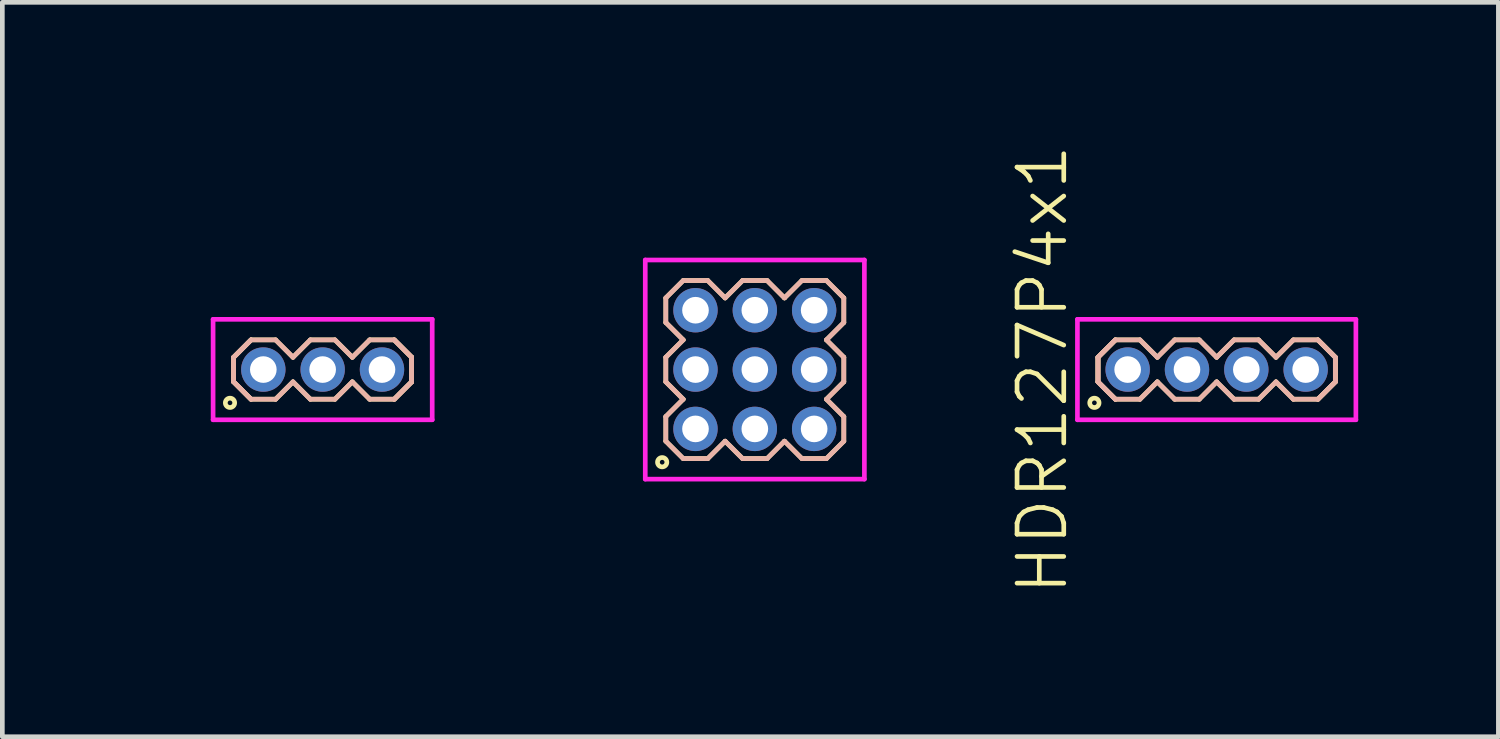
<source format=kicad_pcb>
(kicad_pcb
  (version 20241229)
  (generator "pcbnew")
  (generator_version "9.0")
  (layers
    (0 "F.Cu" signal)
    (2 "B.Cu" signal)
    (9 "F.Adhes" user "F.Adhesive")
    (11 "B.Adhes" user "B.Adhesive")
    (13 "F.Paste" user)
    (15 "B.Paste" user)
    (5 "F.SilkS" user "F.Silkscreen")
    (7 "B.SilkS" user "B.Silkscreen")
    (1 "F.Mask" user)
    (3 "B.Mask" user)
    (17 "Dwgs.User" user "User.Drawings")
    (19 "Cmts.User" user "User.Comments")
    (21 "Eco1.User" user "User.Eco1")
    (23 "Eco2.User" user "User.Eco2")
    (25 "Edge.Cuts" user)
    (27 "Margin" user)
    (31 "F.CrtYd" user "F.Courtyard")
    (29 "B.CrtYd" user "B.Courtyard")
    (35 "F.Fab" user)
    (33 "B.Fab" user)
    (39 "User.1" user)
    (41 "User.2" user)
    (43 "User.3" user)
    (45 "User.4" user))
  (footprint "HDR127P4x1"
    (layer "F.Cu")
    (at 22.991 4.86)
    (property "Reference" "HDR127P4x1" (at -3.73 0 90) (layer "F.SilkS") (effects (font (size 1 1) (thickness 0.1))))
    (attr through_hole)
    (fp_line (start -2.54 -0.263) (end -2.168 -0.635) (stroke (width 0.1) (type solid)) (layer "F.SilkS"))
    (fp_line (start -2.54 -0.263) (end -2.168 -0.635) (stroke (width 0.1) (type solid)) (layer "F.SilkS"))
    (fp_line (start -2.54 0.263) (end -2.54 -0.263) (stroke (width 0.1) (type solid)) (layer "F.SilkS"))
    (fp_line (start -2.54 0.263) (end -2.54 -0.263) (stroke (width 0.1) (type solid)) (layer "F.SilkS"))
    (fp_line (start -2.168 -0.635) (end -1.642 -0.635) (stroke (width 0.1) (type solid)) (layer "F.SilkS"))
    (fp_line (start -2.168 0.635) (end -2.54 0.263) (stroke (width 0.1) (type solid)) (layer "F.SilkS"))
    (fp_line (start -2.168 0.635) (end -2.54 0.263) (stroke (width 0.1) (type solid)) (layer "F.SilkS"))
    (fp_line (start -1.642 -0.635) (end -1.27 -0.263) (stroke (width 0.1) (type solid)) (layer "F.SilkS"))
    (fp_line (start -1.642 0.635) (end -2.168 0.635) (stroke (width 0.1) (type solid)) (layer "F.SilkS"))
    (fp_line (start -1.27 -0.263) (end -0.898 -0.635) (stroke (width 0.1) (type solid)) (layer "F.SilkS"))
    (fp_line (start -1.27 0.263) (end -1.642 0.635) (stroke (width 0.1) (type solid)) (layer "F.SilkS"))
    (fp_line (start -0.898 -0.635) (end -0.372 -0.635) (stroke (width 0.1) (type solid)) (layer "F.SilkS"))
    (fp_line (start -0.898 0.635) (end -1.27 0.263) (stroke (width 0.1) (type solid)) (layer "F.SilkS"))
    (fp_line (start -0.372 -0.635) (end 0 -0.263) (stroke (width 0.1) (type solid)) (layer "F.SilkS"))
    (fp_line (start -0.372 0.635) (end -0.898 0.635) (stroke (width 0.1) (type solid)) (layer "F.SilkS"))
    (fp_line (start 0 -0.263) (end 0.372 -0.635) (stroke (width 0.1) (type solid)) (layer "F.SilkS"))
    (fp_line (start 0 0.263) (end -0.372 0.635) (stroke (width 0.1) (type solid)) (layer "F.SilkS"))
    (fp_line (start 0.372 -0.635) (end 0.898 -0.635) (stroke (width 0.1) (type solid)) (layer "F.SilkS"))
    (fp_line (start 0.372 0.635) (end 0 0.263) (stroke (width 0.1) (type solid)) (layer "F.SilkS"))
    (fp_line (start 0.898 -0.635) (end 1.27 -0.263) (stroke (width 0.1) (type solid)) (layer "F.SilkS"))
    (fp_line (start 0.898 0.635) (end 0.372 0.635) (stroke (width 0.1) (type solid)) (layer "F.SilkS"))
    (fp_line (start 1.27 -0.263) (end 1.642 -0.635) (stroke (width 0.1) (type solid)) (layer "F.SilkS"))
    (fp_line (start 1.27 0.263) (end 0.898 0.635) (stroke (width 0.1) (type solid)) (layer "F.SilkS"))
    (fp_line (start 1.642 -0.635) (end 2.168 -0.635) (stroke (width 0.1) (type solid)) (layer "F.SilkS"))
    (fp_line (start 1.642 0.635) (end 1.27 0.263) (stroke (width 0.1) (type solid)) (layer "F.SilkS"))
    (fp_line (start 2.168 -0.635) (end 2.54 -0.263) (stroke (width 0.1) (type solid)) (layer "F.SilkS"))
    (fp_line (start 2.168 -0.635) (end 2.54 -0.263) (stroke (width 0.1) (type solid)) (layer "F.SilkS"))
    (fp_line (start 2.168 0.635) (end 1.642 0.635) (stroke (width 0.1) (type solid)) (layer "F.SilkS"))
    (fp_line (start 2.54 -0.263) (end 2.54 0.263) (stroke (width 0.1) (type solid)) (layer "F.SilkS"))
    (fp_line (start 2.54 -0.263) (end 2.54 0.263) (stroke (width 0.1) (type solid)) (layer "F.SilkS"))
    (fp_line (start 2.54 0.263) (end 2.168 0.635) (stroke (width 0.1) (type solid)) (layer "F.SilkS"))
    (fp_line (start 2.54 0.263) (end 2.168 0.635) (stroke (width 0.1) (type solid)) (layer "F.SilkS"))
    (fp_circle (center -2.617 0.712) (end -2.517 0.712) (stroke (width 0.1) (type solid)) (fill no) (layer "F.SilkS"))
    (fp_line (start -2.54 -0.263) (end -2.168 -0.635) (stroke (width 0.1) (type solid)) (layer "B.SilkS"))
    (fp_line (start -2.54 -0.263) (end -2.168 -0.635) (stroke (width 0.1) (type solid)) (layer "B.SilkS"))
    (fp_line (start -2.54 0.263) (end -2.54 -0.263) (stroke (width 0.1) (type solid)) (layer "B.SilkS"))
    (fp_line (start -2.54 0.263) (end -2.54 -0.263) (stroke (width 0.1) (type solid)) (layer "B.SilkS"))
    (fp_line (start -2.168 -0.635) (end -1.642 -0.635) (stroke (width 0.1) (type solid)) (layer "B.SilkS"))
    (fp_line (start -2.168 0.635) (end -2.54 0.263) (stroke (width 0.1) (type solid)) (layer "B.SilkS"))
    (fp_line (start -2.168 0.635) (end -2.54 0.263) (stroke (width 0.1) (type solid)) (layer "B.SilkS"))
    (fp_line (start -1.642 -0.635) (end -1.27 -0.263) (stroke (width 0.1) (type solid)) (layer "B.SilkS"))
    (fp_line (start -1.642 0.635) (end -2.168 0.635) (stroke (width 0.1) (type solid)) (layer "B.SilkS"))
    (fp_line (start -1.27 -0.263) (end -0.898 -0.635) (stroke (width 0.1) (type solid)) (layer "B.SilkS"))
    (fp_line (start -1.27 0.263) (end -1.642 0.635) (stroke (width 0.1) (type solid)) (layer "B.SilkS"))
    (fp_line (start -0.898 -0.635) (end -0.372 -0.635) (stroke (width 0.1) (type solid)) (layer "B.SilkS"))
    (fp_line (start -0.898 0.635) (end -1.27 0.263) (stroke (width 0.1) (type solid)) (layer "B.SilkS"))
    (fp_line (start -0.372 -0.635) (end 0 -0.263) (stroke (width 0.1) (type solid)) (layer "B.SilkS"))
    (fp_line (start -0.372 0.635) (end -0.898 0.635) (stroke (width 0.1) (type solid)) (layer "B.SilkS"))
    (fp_line (start 0 -0.263) (end 0.372 -0.635) (stroke (width 0.1) (type solid)) (layer "B.SilkS"))
    (fp_line (start 0 0.263) (end -0.372 0.635) (stroke (width 0.1) (type solid)) (layer "B.SilkS"))
    (fp_line (start 0.372 -0.635) (end 0.898 -0.635) (stroke (width 0.1) (type solid)) (layer "B.SilkS"))
    (fp_line (start 0.372 0.635) (end 0 0.263) (stroke (width 0.1) (type solid)) (layer "B.SilkS"))
    (fp_line (start 0.898 -0.635) (end 1.27 -0.263) (stroke (width 0.1) (type solid)) (layer "B.SilkS"))
    (fp_line (start 0.898 0.635) (end 0.372 0.635) (stroke (width 0.1) (type solid)) (layer "B.SilkS"))
    (fp_line (start 1.27 -0.263) (end 1.642 -0.635) (stroke (width 0.1) (type solid)) (layer "B.SilkS"))
    (fp_line (start 1.27 0.263) (end 0.898 0.635) (stroke (width 0.1) (type solid)) (layer "B.SilkS"))
    (fp_line (start 1.642 -0.635) (end 2.168 -0.635) (stroke (width 0.1) (type solid)) (layer "B.SilkS"))
    (fp_line (start 1.642 0.635) (end 1.27 0.263) (stroke (width 0.1) (type solid)) (layer "B.SilkS"))
    (fp_line (start 2.168 -0.635) (end 2.54 -0.263) (stroke (width 0.1) (type solid)) (layer "B.SilkS"))
    (fp_line (start 2.168 -0.635) (end 2.54 -0.263) (stroke (width 0.1) (type solid)) (layer "B.SilkS"))
    (fp_line (start 2.168 0.635) (end 1.642 0.635) (stroke (width 0.1) (type solid)) (layer "B.SilkS"))
    (fp_line (start 2.54 -0.263) (end 2.54 0.263) (stroke (width 0.1) (type solid)) (layer "B.SilkS"))
    (fp_line (start 2.54 -0.263) (end 2.54 0.263) (stroke (width 0.1) (type solid)) (layer "B.SilkS"))
    (fp_line (start 2.54 0.263) (end 2.168 0.635) (stroke (width 0.1) (type solid)) (layer "B.SilkS"))
    (fp_line (start 2.54 0.263) (end 2.168 0.635) (stroke (width 0.1) (type solid)) (layer "B.SilkS"))
    (fp_line (start -2.98 -1.075) (end -2.98 1.075) (stroke (width 0.1) (type solid)) (layer "F.CrtYd"))
    (fp_line (start -2.98 1.075) (end 2.98 1.075) (stroke (width 0.1) (type solid)) (layer "F.CrtYd"))
    (fp_line (start 2.98 -1.075) (end -2.98 -1.075) (stroke (width 0.1) (type solid)) (layer "F.CrtYd"))
    (fp_line (start 2.98 1.075) (end 2.98 -1.075) (stroke (width 0.1) (type solid)) (layer "F.CrtYd"))
    (pad "1" thru_hole oval (at -1.905 0) (size 0.95 0.95) (drill 0.57) (layers "*.Cu" "*.Mask"))
    (pad "2" thru_hole oval (at -0.635 0) (size 0.95 0.95) (drill 0.57) (layers "*.Cu" "*.Mask"))
    (pad "3" thru_hole oval (at 0.635 0) (size 0.95 0.95) (drill 0.57) (layers "*.Cu" "*.Mask"))
    (pad "4" thru_hole oval (at 1.905 0) (size 0.95 0.95) (drill 0.57) (layers "*.Cu" "*.Mask")))
  (footprint "HDR127P3x3"
    (layer "F.Cu")
    (at 13.106 4.86)
    (property "Reference" "HDR127P3x3" (at -3.095 0 90) (layer "User.1") (effects (font (size 1 1) (thickness 0.1))))
    (attr through_hole)
    (fp_line (start -1.905 -1.533) (end -1.533 -1.905) (stroke (width 0.1) (type solid)) (layer "F.SilkS"))
    (fp_line (start -1.905 -1.007) (end -1.905 -1.533) (stroke (width 0.1) (type solid)) (layer "F.SilkS"))
    (fp_line (start -1.905 -0.263) (end -1.533 -0.635) (stroke (width 0.1) (type solid)) (layer "F.SilkS"))
    (fp_line (start -1.905 0.263) (end -1.905 -0.263) (stroke (width 0.1) (type solid)) (layer "F.SilkS"))
    (fp_line (start -1.905 1.007) (end -1.533 0.635) (stroke (width 0.1) (type solid)) (layer "F.SilkS"))
    (fp_line (start -1.905 1.533) (end -1.905 1.007) (stroke (width 0.1) (type solid)) (layer "F.SilkS"))
    (fp_line (start -1.533 -1.905) (end -1.007 -1.905) (stroke (width 0.1) (type solid)) (layer "F.SilkS"))
    (fp_line (start -1.533 -0.635) (end -1.905 -1.007) (stroke (width 0.1) (type solid)) (layer "F.SilkS"))
    (fp_line (start -1.533 0.635) (end -1.905 0.263) (stroke (width 0.1) (type solid)) (layer "F.SilkS"))
    (fp_line (start -1.533 1.905) (end -1.905 1.533) (stroke (width 0.1) (type solid)) (layer "F.SilkS"))
    (fp_line (start -1.007 -1.905) (end -0.635 -1.533) (stroke (width 0.1) (type solid)) (layer "F.SilkS"))
    (fp_line (start -1.007 1.905) (end -1.533 1.905) (stroke (width 0.1) (type solid)) (layer "F.SilkS"))
    (fp_line (start -0.635 -1.533) (end -0.263 -1.905) (stroke (width 0.1) (type solid)) (layer "F.SilkS"))
    (fp_line (start -0.635 1.533) (end -1.007 1.905) (stroke (width 0.1) (type solid)) (layer "F.SilkS"))
    (fp_line (start -0.263 -1.905) (end 0.263 -1.905) (stroke (width 0.1) (type solid)) (layer "F.SilkS"))
    (fp_line (start -0.263 1.905) (end -0.635 1.533) (stroke (width 0.1) (type solid)) (layer "F.SilkS"))
    (fp_line (start 0.263 -1.905) (end 0.635 -1.533) (stroke (width 0.1) (type solid)) (layer "F.SilkS"))
    (fp_line (start 0.263 1.905) (end -0.263 1.905) (stroke (width 0.1) (type solid)) (layer "F.SilkS"))
    (fp_line (start 0.635 -1.533) (end 1.007 -1.905) (stroke (width 0.1) (type solid)) (layer "F.SilkS"))
    (fp_line (start 0.635 1.533) (end 0.263 1.905) (stroke (width 0.1) (type solid)) (layer "F.SilkS"))
    (fp_line (start 1.007 -1.905) (end 1.533 -1.905) (stroke (width 0.1) (type solid)) (layer "F.SilkS"))
    (fp_line (start 1.007 1.905) (end 0.635 1.533) (stroke (width 0.1) (type solid)) (layer "F.SilkS"))
    (fp_line (start 1.533 -1.905) (end 1.905 -1.533) (stroke (width 0.1) (type solid)) (layer "F.SilkS"))
    (fp_line (start 1.533 -0.635) (end 1.905 -0.263) (stroke (width 0.1) (type solid)) (layer "F.SilkS"))
    (fp_line (start 1.533 0.635) (end 1.905 1.007) (stroke (width 0.1) (type solid)) (layer "F.SilkS"))
    (fp_line (start 1.533 1.905) (end 1.007 1.905) (stroke (width 0.1) (type solid)) (layer "F.SilkS"))
    (fp_line (start 1.905 -1.533) (end 1.905 -1.007) (stroke (width 0.1) (type solid)) (layer "F.SilkS"))
    (fp_line (start 1.905 -1.007) (end 1.533 -0.635) (stroke (width 0.1) (type solid)) (layer "F.SilkS"))
    (fp_line (start 1.905 -0.263) (end 1.905 0.263) (stroke (width 0.1) (type solid)) (layer "F.SilkS"))
    (fp_line (start 1.905 0.263) (end 1.533 0.635) (stroke (width 0.1) (type solid)) (layer "F.SilkS"))
    (fp_line (start 1.905 1.007) (end 1.905 1.533) (stroke (width 0.1) (type solid)) (layer "F.SilkS"))
    (fp_line (start 1.905 1.533) (end 1.533 1.905) (stroke (width 0.1) (type solid)) (layer "F.SilkS"))
    (fp_circle (center -1.983 1.983) (end -1.883 1.983) (stroke (width 0.1) (type solid)) (fill no) (layer "F.SilkS"))
    (fp_line (start -1.905 -1.533) (end -1.533 -1.905) (stroke (width 0.1) (type solid)) (layer "B.SilkS"))
    (fp_line (start -1.905 -1.007) (end -1.905 -1.533) (stroke (width 0.1) (type solid)) (layer "B.SilkS"))
    (fp_line (start -1.905 -0.263) (end -1.533 -0.635) (stroke (width 0.1) (type solid)) (layer "B.SilkS"))
    (fp_line (start -1.905 0.263) (end -1.905 -0.263) (stroke (width 0.1) (type solid)) (layer "B.SilkS"))
    (fp_line (start -1.905 1.007) (end -1.533 0.635) (stroke (width 0.1) (type solid)) (layer "B.SilkS"))
    (fp_line (start -1.905 1.533) (end -1.905 1.007) (stroke (width 0.1) (type solid)) (layer "B.SilkS"))
    (fp_line (start -1.533 -1.905) (end -1.007 -1.905) (stroke (width 0.1) (type solid)) (layer "B.SilkS"))
    (fp_line (start -1.533 -0.635) (end -1.905 -1.007) (stroke (width 0.1) (type solid)) (layer "B.SilkS"))
    (fp_line (start -1.533 0.635) (end -1.905 0.263) (stroke (width 0.1) (type solid)) (layer "B.SilkS"))
    (fp_line (start -1.533 1.905) (end -1.905 1.533) (stroke (width 0.1) (type solid)) (layer "B.SilkS"))
    (fp_line (start -1.007 -1.905) (end -0.635 -1.533) (stroke (width 0.1) (type solid)) (layer "B.SilkS"))
    (fp_line (start -1.007 1.905) (end -1.533 1.905) (stroke (width 0.1) (type solid)) (layer "B.SilkS"))
    (fp_line (start -0.635 -1.533) (end -0.263 -1.905) (stroke (width 0.1) (type solid)) (layer "B.SilkS"))
    (fp_line (start -0.635 1.533) (end -1.007 1.905) (stroke (width 0.1) (type solid)) (layer "B.SilkS"))
    (fp_line (start -0.263 -1.905) (end 0.263 -1.905) (stroke (width 0.1) (type solid)) (layer "B.SilkS"))
    (fp_line (start -0.263 1.905) (end -0.635 1.533) (stroke (width 0.1) (type solid)) (layer "B.SilkS"))
    (fp_line (start 0.263 -1.905) (end 0.635 -1.533) (stroke (width 0.1) (type solid)) (layer "B.SilkS"))
    (fp_line (start 0.263 1.905) (end -0.263 1.905) (stroke (width 0.1) (type solid)) (layer "B.SilkS"))
    (fp_line (start 0.635 -1.533) (end 1.007 -1.905) (stroke (width 0.1) (type solid)) (layer "B.SilkS"))
    (fp_line (start 0.635 1.533) (end 0.263 1.905) (stroke (width 0.1) (type solid)) (layer "B.SilkS"))
    (fp_line (start 1.007 -1.905) (end 1.533 -1.905) (stroke (width 0.1) (type solid)) (layer "B.SilkS"))
    (fp_line (start 1.007 1.905) (end 0.635 1.533) (stroke (width 0.1) (type solid)) (layer "B.SilkS"))
    (fp_line (start 1.533 -1.905) (end 1.905 -1.533) (stroke (width 0.1) (type solid)) (layer "B.SilkS"))
    (fp_line (start 1.533 -0.635) (end 1.905 -0.263) (stroke (width 0.1) (type solid)) (layer "B.SilkS"))
    (fp_line (start 1.533 0.635) (end 1.905 1.007) (stroke (width 0.1) (type solid)) (layer "B.SilkS"))
    (fp_line (start 1.533 1.905) (end 1.007 1.905) (stroke (width 0.1) (type solid)) (layer "B.SilkS"))
    (fp_line (start 1.905 -1.533) (end 1.905 -1.007) (stroke (width 0.1) (type solid)) (layer "B.SilkS"))
    (fp_line (start 1.905 -1.007) (end 1.533 -0.635) (stroke (width 0.1) (type solid)) (layer "B.SilkS"))
    (fp_line (start 1.905 -0.263) (end 1.905 0.263) (stroke (width 0.1) (type solid)) (layer "B.SilkS"))
    (fp_line (start 1.905 0.263) (end 1.533 0.635) (stroke (width 0.1) (type solid)) (layer "B.SilkS"))
    (fp_line (start 1.905 1.007) (end 1.905 1.533) (stroke (width 0.1) (type solid)) (layer "B.SilkS"))
    (fp_line (start 1.905 1.533) (end 1.533 1.905) (stroke (width 0.1) (type solid)) (layer "B.SilkS"))
    (fp_line (start -2.345 -2.345) (end -2.345 2.345) (stroke (width 0.1) (type solid)) (layer "F.CrtYd"))
    (fp_line (start -2.345 2.345) (end 2.345 2.345) (stroke (width 0.1) (type solid)) (layer "F.CrtYd"))
    (fp_line (start 2.345 -2.345) (end -2.345 -2.345) (stroke (width 0.1) (type solid)) (layer "F.CrtYd"))
    (fp_line (start 2.345 2.345) (end 2.345 -2.345) (stroke (width 0.1) (type solid)) (layer "F.CrtYd"))
    (pad "1" thru_hole oval (at -1.27 1.27) (size 0.95 0.95) (drill 0.57) (layers "*.Cu" "*.Mask"))
    (pad "2" thru_hole oval (at -1.27 0) (size 0.95 0.95) (drill 0.57) (layers "*.Cu" "*.Mask"))
    (pad "3" thru_hole oval (at -1.27 -1.27) (size 0.95 0.95) (drill 0.57) (layers "*.Cu" "*.Mask"))
    (pad "4" thru_hole oval (at 0 1.27) (size 0.95 0.95) (drill 0.57) (layers "*.Cu" "*.Mask"))
    (pad "5" thru_hole oval (at 0 0) (size 0.95 0.95) (drill 0.57) (layers "*.Cu" "*.Mask"))
    (pad "6" thru_hole oval (at 0 -1.27) (size 0.95 0.95) (drill 0.57) (layers "*.Cu" "*.Mask"))
    (pad "7" thru_hole oval (at 1.27 1.27) (size 0.95 0.95) (drill 0.57) (layers "*.Cu" "*.Mask"))
    (pad "8" thru_hole oval (at 1.27 0) (size 0.95 0.95) (drill 0.57) (layers "*.Cu" "*.Mask"))
    (pad "9" thru_hole oval (at 1.27 -1.27) (size 0.95 0.95) (drill 0.57) (layers "*.Cu" "*.Mask")))
  (footprint "HDR127P3x1"
    (layer "F.Cu")
    (at 3.856 4.86)
    (property "Reference" "HDR127P3x1" (at -3.095 0 90) (layer "User.1") (effects (font (size 1 1) (thickness 0.1))))
    (attr through_hole)
    (fp_line (start -1.905 -0.263) (end -1.533 -0.635) (stroke (width 0.1) (type solid)) (layer "F.SilkS"))
    (fp_line (start -1.905 -0.263) (end -1.533 -0.635) (stroke (width 0.1) (type solid)) (layer "F.SilkS"))
    (fp_line (start -1.905 0.263) (end -1.905 -0.263) (stroke (width 0.1) (type solid)) (layer "F.SilkS"))
    (fp_line (start -1.905 0.263) (end -1.905 -0.263) (stroke (width 0.1) (type solid)) (layer "F.SilkS"))
    (fp_line (start -1.533 -0.635) (end -1.007 -0.635) (stroke (width 0.1) (type solid)) (layer "F.SilkS"))
    (fp_line (start -1.533 0.635) (end -1.905 0.263) (stroke (width 0.1) (type solid)) (layer "F.SilkS"))
    (fp_line (start -1.533 0.635) (end -1.905 0.263) (stroke (width 0.1) (type solid)) (layer "F.SilkS"))
    (fp_line (start -1.007 -0.635) (end -0.635 -0.263) (stroke (width 0.1) (type solid)) (layer "F.SilkS"))
    (fp_line (start -1.007 0.635) (end -1.533 0.635) (stroke (width 0.1) (type solid)) (layer "F.SilkS"))
    (fp_line (start -0.635 -0.263) (end -0.263 -0.635) (stroke (width 0.1) (type solid)) (layer "F.SilkS"))
    (fp_line (start -0.635 0.263) (end -1.007 0.635) (stroke (width 0.1) (type solid)) (layer "F.SilkS"))
    (fp_line (start -0.263 -0.635) (end 0.263 -0.635) (stroke (width 0.1) (type solid)) (layer "F.SilkS"))
    (fp_line (start -0.263 0.635) (end -0.635 0.263) (stroke (width 0.1) (type solid)) (layer "F.SilkS"))
    (fp_line (start 0.263 -0.635) (end 0.635 -0.263) (stroke (width 0.1) (type solid)) (layer "F.SilkS"))
    (fp_line (start 0.263 0.635) (end -0.263 0.635) (stroke (width 0.1) (type solid)) (layer "F.SilkS"))
    (fp_line (start 0.635 -0.263) (end 1.007 -0.635) (stroke (width 0.1) (type solid)) (layer "F.SilkS"))
    (fp_line (start 0.635 0.263) (end 0.263 0.635) (stroke (width 0.1) (type solid)) (layer "F.SilkS"))
    (fp_line (start 1.007 -0.635) (end 1.533 -0.635) (stroke (width 0.1) (type solid)) (layer "F.SilkS"))
    (fp_line (start 1.007 0.635) (end 0.635 0.263) (stroke (width 0.1) (type solid)) (layer "F.SilkS"))
    (fp_line (start 1.533 -0.635) (end 1.905 -0.263) (stroke (width 0.1) (type solid)) (layer "F.SilkS"))
    (fp_line (start 1.533 -0.635) (end 1.905 -0.263) (stroke (width 0.1) (type solid)) (layer "F.SilkS"))
    (fp_line (start 1.533 0.635) (end 1.007 0.635) (stroke (width 0.1) (type solid)) (layer "F.SilkS"))
    (fp_line (start 1.905 -0.263) (end 1.905 0.263) (stroke (width 0.1) (type solid)) (layer "F.SilkS"))
    (fp_line (start 1.905 -0.263) (end 1.905 0.263) (stroke (width 0.1) (type solid)) (layer "F.SilkS"))
    (fp_line (start 1.905 0.263) (end 1.533 0.635) (stroke (width 0.1) (type solid)) (layer "F.SilkS"))
    (fp_line (start 1.905 0.263) (end 1.533 0.635) (stroke (width 0.1) (type solid)) (layer "F.SilkS"))
    (fp_circle (center -1.983 0.712) (end -1.883 0.712) (stroke (width 0.1) (type solid)) (fill no) (layer "F.SilkS"))
    (fp_line (start -1.905 -0.263) (end -1.533 -0.635) (stroke (width 0.1) (type solid)) (layer "B.SilkS"))
    (fp_line (start -1.905 -0.263) (end -1.533 -0.635) (stroke (width 0.1) (type solid)) (layer "B.SilkS"))
    (fp_line (start -1.905 0.263) (end -1.905 -0.263) (stroke (width 0.1) (type solid)) (layer "B.SilkS"))
    (fp_line (start -1.905 0.263) (end -1.905 -0.263) (stroke (width 0.1) (type solid)) (layer "B.SilkS"))
    (fp_line (start -1.533 -0.635) (end -1.007 -0.635) (stroke (width 0.1) (type solid)) (layer "B.SilkS"))
    (fp_line (start -1.533 0.635) (end -1.905 0.263) (stroke (width 0.1) (type solid)) (layer "B.SilkS"))
    (fp_line (start -1.533 0.635) (end -1.905 0.263) (stroke (width 0.1) (type solid)) (layer "B.SilkS"))
    (fp_line (start -1.007 -0.635) (end -0.635 -0.263) (stroke (width 0.1) (type solid)) (layer "B.SilkS"))
    (fp_line (start -1.007 0.635) (end -1.533 0.635) (stroke (width 0.1) (type solid)) (layer "B.SilkS"))
    (fp_line (start -0.635 -0.263) (end -0.263 -0.635) (stroke (width 0.1) (type solid)) (layer "B.SilkS"))
    (fp_line (start -0.635 0.263) (end -1.007 0.635) (stroke (width 0.1) (type solid)) (layer "B.SilkS"))
    (fp_line (start -0.263 -0.635) (end 0.263 -0.635) (stroke (width 0.1) (type solid)) (layer "B.SilkS"))
    (fp_line (start -0.263 0.635) (end -0.635 0.263) (stroke (width 0.1) (type solid)) (layer "B.SilkS"))
    (fp_line (start 0.263 -0.635) (end 0.635 -0.263) (stroke (width 0.1) (type solid)) (layer "B.SilkS"))
    (fp_line (start 0.263 0.635) (end -0.263 0.635) (stroke (width 0.1) (type solid)) (layer "B.SilkS"))
    (fp_line (start 0.635 -0.263) (end 1.007 -0.635) (stroke (width 0.1) (type solid)) (layer "B.SilkS"))
    (fp_line (start 0.635 0.263) (end 0.263 0.635) (stroke (width 0.1) (type solid)) (layer "B.SilkS"))
    (fp_line (start 1.007 -0.635) (end 1.533 -0.635) (stroke (width 0.1) (type solid)) (layer "B.SilkS"))
    (fp_line (start 1.007 0.635) (end 0.635 0.263) (stroke (width 0.1) (type solid)) (layer "B.SilkS"))
    (fp_line (start 1.533 -0.635) (end 1.905 -0.263) (stroke (width 0.1) (type solid)) (layer "B.SilkS"))
    (fp_line (start 1.533 -0.635) (end 1.905 -0.263) (stroke (width 0.1) (type solid)) (layer "B.SilkS"))
    (fp_line (start 1.533 0.635) (end 1.007 0.635) (stroke (width 0.1) (type solid)) (layer "B.SilkS"))
    (fp_line (start 1.905 -0.263) (end 1.905 0.263) (stroke (width 0.1) (type solid)) (layer "B.SilkS"))
    (fp_line (start 1.905 -0.263) (end 1.905 0.263) (stroke (width 0.1) (type solid)) (layer "B.SilkS"))
    (fp_line (start 1.905 0.263) (end 1.533 0.635) (stroke (width 0.1) (type solid)) (layer "B.SilkS"))
    (fp_line (start 1.905 0.263) (end 1.533 0.635) (stroke (width 0.1) (type solid)) (layer "B.SilkS"))
    (fp_line (start -2.345 -1.075) (end -2.345 1.075) (stroke (width 0.1) (type solid)) (layer "F.CrtYd"))
    (fp_line (start -2.345 1.075) (end 2.345 1.075) (stroke (width 0.1) (type solid)) (layer "F.CrtYd"))
    (fp_line (start 2.345 -1.075) (end -2.345 -1.075) (stroke (width 0.1) (type solid)) (layer "F.CrtYd"))
    (fp_line (start 2.345 1.075) (end 2.345 -1.075) (stroke (width 0.1) (type solid)) (layer "F.CrtYd"))
    (pad "1" thru_hole oval (at -1.27 0) (size 0.95 0.95) (drill 0.57) (layers "*.Cu" "*.Mask"))
    (pad "2" thru_hole oval (at 0 0) (size 0.95 0.95) (drill 0.57) (layers "*.Cu" "*.Mask"))
    (pad "3" thru_hole oval (at 1.27 0) (size 0.95 0.95) (drill 0.57) (layers "*.Cu" "*.Mask")))
  (gr_rect
    (start -3 -3)
    (end 29.021 12.719)
    (stroke (width 0.1) (type default))
    (fill no)
    (layer "Edge.Cuts")))
</source>
